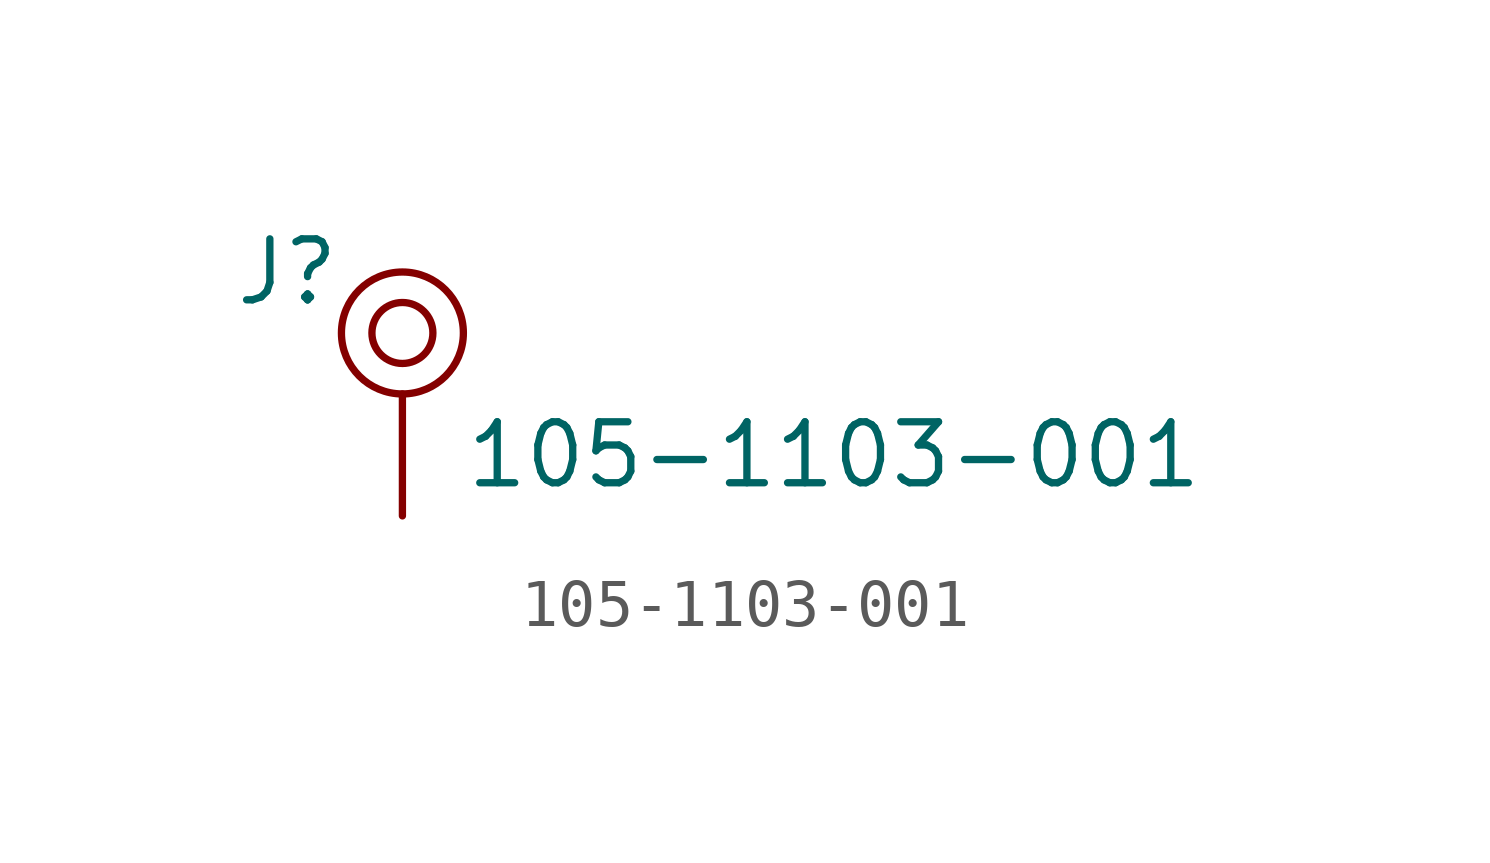
<source format=kicad_sym>
(kicad_symbol_lib
  (version 20201005)
  (generator kicad_symbol_editor)
  (symbol "105-1103-001"
    (pin_numbers hide)
    (pin_names
      (offset 1.016) hide)
    (property "Reference" "J"
      (at -1.27 1.27 0)
      (effects (font (size 1.27 1.27)) (justify right)))
    (property "Value" "105-1103-001"
      (at 1.27 -2.54 0)
      (effects (font (size 1.27 1.27)) (justify left)))
    (symbol "105-1103-001_1_1"
      (circle (center 0 0) (radius 0.635) (stroke (width 0)) (fill (type none)))
      (circle (center 0 0) (radius 1.27) (stroke (width 0)) (fill (type none)))
      (pin passive line (at 0 -3.81 90) (length 2.54) (name "~" (effects (font (size 1.27 1.27)))) (number "1" (effects (font (size 1.27 1.27))))))))
</source>
